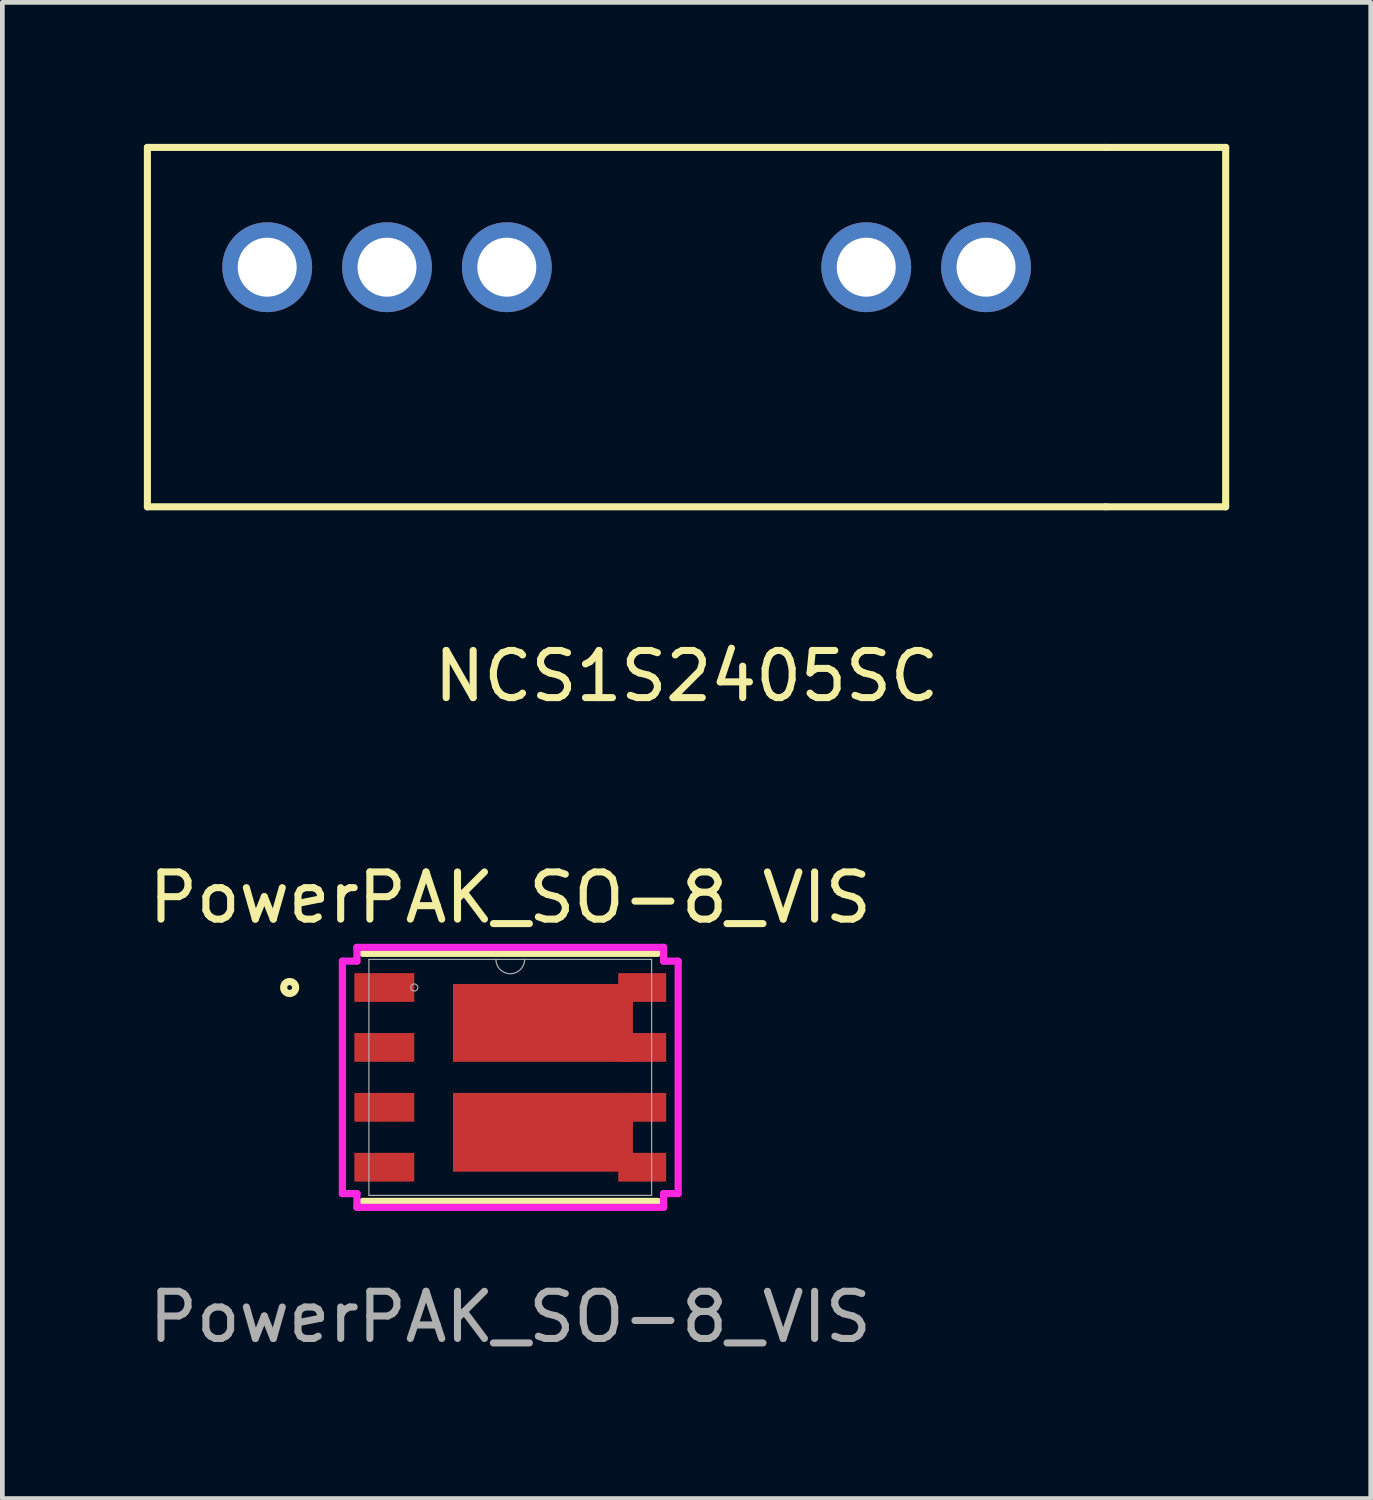
<source format=kicad_pcb>
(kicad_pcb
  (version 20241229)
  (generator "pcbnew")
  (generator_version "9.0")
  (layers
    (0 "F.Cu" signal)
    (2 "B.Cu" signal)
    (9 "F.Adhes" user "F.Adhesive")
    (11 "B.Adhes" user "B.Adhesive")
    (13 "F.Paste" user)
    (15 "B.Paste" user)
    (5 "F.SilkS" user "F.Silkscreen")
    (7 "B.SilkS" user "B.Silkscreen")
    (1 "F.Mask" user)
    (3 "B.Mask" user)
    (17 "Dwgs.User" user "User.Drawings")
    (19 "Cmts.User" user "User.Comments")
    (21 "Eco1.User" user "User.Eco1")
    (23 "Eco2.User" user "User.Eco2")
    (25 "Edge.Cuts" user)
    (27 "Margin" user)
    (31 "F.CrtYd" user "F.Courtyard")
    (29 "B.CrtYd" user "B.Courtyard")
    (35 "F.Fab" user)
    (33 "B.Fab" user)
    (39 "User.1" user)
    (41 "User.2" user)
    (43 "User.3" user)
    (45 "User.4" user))
  (footprint "NCS1S2405SC"
    (layer "F.Cu")
    (at 11.505 3.885)
    (property "Reference" "NCS1S2405SC" (at 0 7.4 0) (layer "F.SilkS") (effects (font (size 1 1) (thickness 0.15))))
    (attr through_hole)
    (fp_line (start -11.43 -3.81) (end -11.43 3.81) (stroke (width 0.15) (type solid)) (layer "F.SilkS"))
    (fp_line (start -11.43 3.81) (end 8.89 3.81) (stroke (width 0.15) (type solid)) (layer "F.SilkS"))
    (fp_line (start 8.89 -3.81) (end -11.43 -3.81) (stroke (width 0.15) (type solid)) (layer "F.SilkS"))
    (fp_line (start 8.89 3.81) (end 11.43 3.81) (stroke (width 0.15) (type solid)) (layer "F.SilkS"))
    (fp_line (start 11.43 -3.81) (end 8.89 -3.81) (stroke (width 0.15) (type solid)) (layer "F.SilkS"))
    (fp_line (start 11.43 -3.81) (end 11.43 3.81) (stroke (width 0.15) (type solid)) (layer "F.SilkS"))
    (pad "1" thru_hole circle (at -8.89 -1.27) (size 1.905 1.905) (drill 1.25) (layers "*.Cu" "*.Mask"))
    (pad "2" thru_hole circle (at -6.35 -1.27) (size 1.905 1.905) (drill 1.25) (layers "*.Cu" "*.Mask"))
    (pad "3" thru_hole circle (at -3.81 -1.27) (size 1.905 1.905) (drill 1.25) (layers "*.Cu" "*.Mask"))
    (pad "6" thru_hole circle (at 3.81 -1.27) (size 1.905 1.905) (drill 1.25) (layers "*.Cu" "*.Mask"))
    (pad "7" thru_hole circle (at 6.35 -1.27) (size 1.905 1.905) (drill 1.25) (layers "*.Cu" "*.Mask")))
  (footprint "PowerPAK_SO-8_VIS"
    (layer "F.Cu")
    (at 7.768 19.791)
    (property "Reference" "PowerPAK_SO-8_VIS" (at 0 -3.81 0) (unlocked yes) (layer "F.SilkS") (effects (font (size 1 1) (thickness 0.15))))
    (attr smd)
    (fp_poly (pts (xy 2.289 -0.33) (xy -1.215 -0.33) (xy -1.215 -1.98) (xy 2.289 -1.98) (xy 2.289 -1.6) (xy 2.595 -1.6) (xy 2.595 -0.94) (xy 2.289 -0.94)) (stroke (width 0) (type solid)) (fill yes) (layer "F.Mask"))
    (fp_poly (pts (xy 2.289 0.33) (xy -1.215 0.33) (xy -1.215 1.98) (xy 2.289 1.98) (xy 2.289 1.6) (xy 2.595 1.6) (xy 2.595 0.94) (xy 2.289 0.94)) (stroke (width 0) (type solid)) (fill yes) (layer "F.Mask"))
    (fp_line (start -3.124 2.629) (end 3.124 2.629) (stroke (width 0.152) (type solid)) (layer "F.SilkS"))
    (fp_line (start 3.124 -2.629) (end -3.124 -2.629) (stroke (width 0.152) (type solid)) (layer "F.SilkS"))
    (fp_circle (center -4.677 -1.905) (end -4.55 -1.905) (stroke (width 0.152) (type solid)) (fill no) (layer "F.SilkS"))
    (fp_poly (pts (xy 2.289 -0.33) (xy -1.215 -0.33) (xy -1.215 -1.98) (xy 2.289 -1.98) (xy 2.289 -1.6) (xy 2.595 -1.6) (xy 2.595 -0.94) (xy 2.289 -0.94)) (stroke (width 0) (type solid)) (fill yes) (layer "F.Paste"))
    (fp_poly (pts (xy 2.289 0.33) (xy -1.215 0.33) (xy -1.215 1.98) (xy 2.289 1.98) (xy 2.289 1.6) (xy 2.595 1.6) (xy 2.595 0.94) (xy 2.289 0.94)) (stroke (width 0) (type solid)) (fill yes) (layer "F.Paste"))
    (fp_line (start -3.559 -2.464) (end -3.251 -2.464) (stroke (width 0.152) (type solid)) (layer "F.CrtYd"))
    (fp_line (start -3.559 2.464) (end -3.559 -2.464) (stroke (width 0.152) (type solid)) (layer "F.CrtYd"))
    (fp_line (start -3.559 2.464) (end -3.251 2.464) (stroke (width 0.152) (type solid)) (layer "F.CrtYd"))
    (fp_line (start -3.251 -2.756) (end 3.251 -2.756) (stroke (width 0.152) (type solid)) (layer "F.CrtYd"))
    (fp_line (start -3.251 -2.464) (end -3.251 -2.756) (stroke (width 0.152) (type solid)) (layer "F.CrtYd"))
    (fp_line (start -3.251 2.756) (end -3.251 2.464) (stroke (width 0.152) (type solid)) (layer "F.CrtYd"))
    (fp_line (start 3.251 -2.756) (end 3.251 -2.464) (stroke (width 0.152) (type solid)) (layer "F.CrtYd"))
    (fp_line (start 3.251 2.464) (end 3.251 2.756) (stroke (width 0.152) (type solid)) (layer "F.CrtYd"))
    (fp_line (start 3.251 2.756) (end -3.251 2.756) (stroke (width 0.152) (type solid)) (layer "F.CrtYd"))
    (fp_line (start 3.559 -2.464) (end 3.251 -2.464) (stroke (width 0.152) (type solid)) (layer "F.CrtYd"))
    (fp_line (start 3.559 -2.464) (end 3.559 2.464) (stroke (width 0.152) (type solid)) (layer "F.CrtYd"))
    (fp_line (start 3.559 2.464) (end 3.251 2.464) (stroke (width 0.152) (type solid)) (layer "F.CrtYd"))
    (fp_line (start -2.997 -2.502) (end -2.997 2.502) (stroke (width 0.025) (type solid)) (layer "F.Fab"))
    (fp_line (start -2.997 2.502) (end 2.997 2.502) (stroke (width 0.025) (type solid)) (layer "F.Fab"))
    (fp_line (start 2.997 -2.502) (end -2.997 -2.502) (stroke (width 0.025) (type solid)) (layer "F.Fab"))
    (fp_line (start 2.997 2.502) (end 2.997 -2.502) (stroke (width 0.025) (type solid)) (layer "F.Fab"))
    (fp_arc (start 0.3048 -2.5019) (mid 0 -2.1971) (end -0.3048 -2.5019) (stroke (width 0.0254) (type solid)) (layer "F.Fab"))
    (fp_circle (center -2.035 -1.905) (end -1.959 -1.905) (stroke (width 0.025) (type solid)) (fill no) (layer "F.Fab"))
    (fp_text user "${REFERENCE}" (at 0 5.08 0) (unlocked yes) (layer "F.Fab") (effects (font (size 1 1) (thickness 0.15))))
    (pad "1" smd rect (at -2.67 -1.905) (size 1.27 0.61) (layers "F.Cu" "F.Mask" "F.Paste"))
    (pad "2" smd rect (at -2.67 -0.635) (size 1.27 0.61) (layers "F.Cu" "F.Mask" "F.Paste"))
    (pad "3" smd rect (at -2.67 0.635) (size 1.27 0.61) (layers "F.Cu" "F.Mask" "F.Paste"))
    (pad "4" smd rect (at -2.67 1.905) (size 1.27 0.61) (layers "F.Cu" "F.Mask" "F.Paste"))
    (pad "5" smd rect (at 0.693 1.165) (size 3.815 1.67) (layers "F.Cu" "F.Mask" "F.Paste"))
    (pad "5" smd rect (at 2.797 0.635) (size 1.016 0.61) (layers "F.Cu" "F.Mask" "F.Paste"))
    (pad "5" smd rect (at 2.797 1.905) (size 1.016 0.61) (layers "F.Cu" "F.Mask" "F.Paste"))
    (pad "6" smd rect (at 0.693 -1.155) (size 3.815 1.65) (layers "F.Cu" "F.Mask" "F.Paste"))
    (pad "6" smd rect (at 2.797 -1.905) (size 1.016 0.61) (layers "F.Cu" "F.Mask" "F.Paste"))
    (pad "6" smd rect (at 2.797 -0.635) (size 1.016 0.61) (layers "F.Cu" "F.Mask" "F.Paste")))
  (gr_rect
    (start -3 -3)
    (end 26.01 28.72)
    (stroke (width 0.1) (type default))
    (fill no)
    (layer "Edge.Cuts")))
</source>
